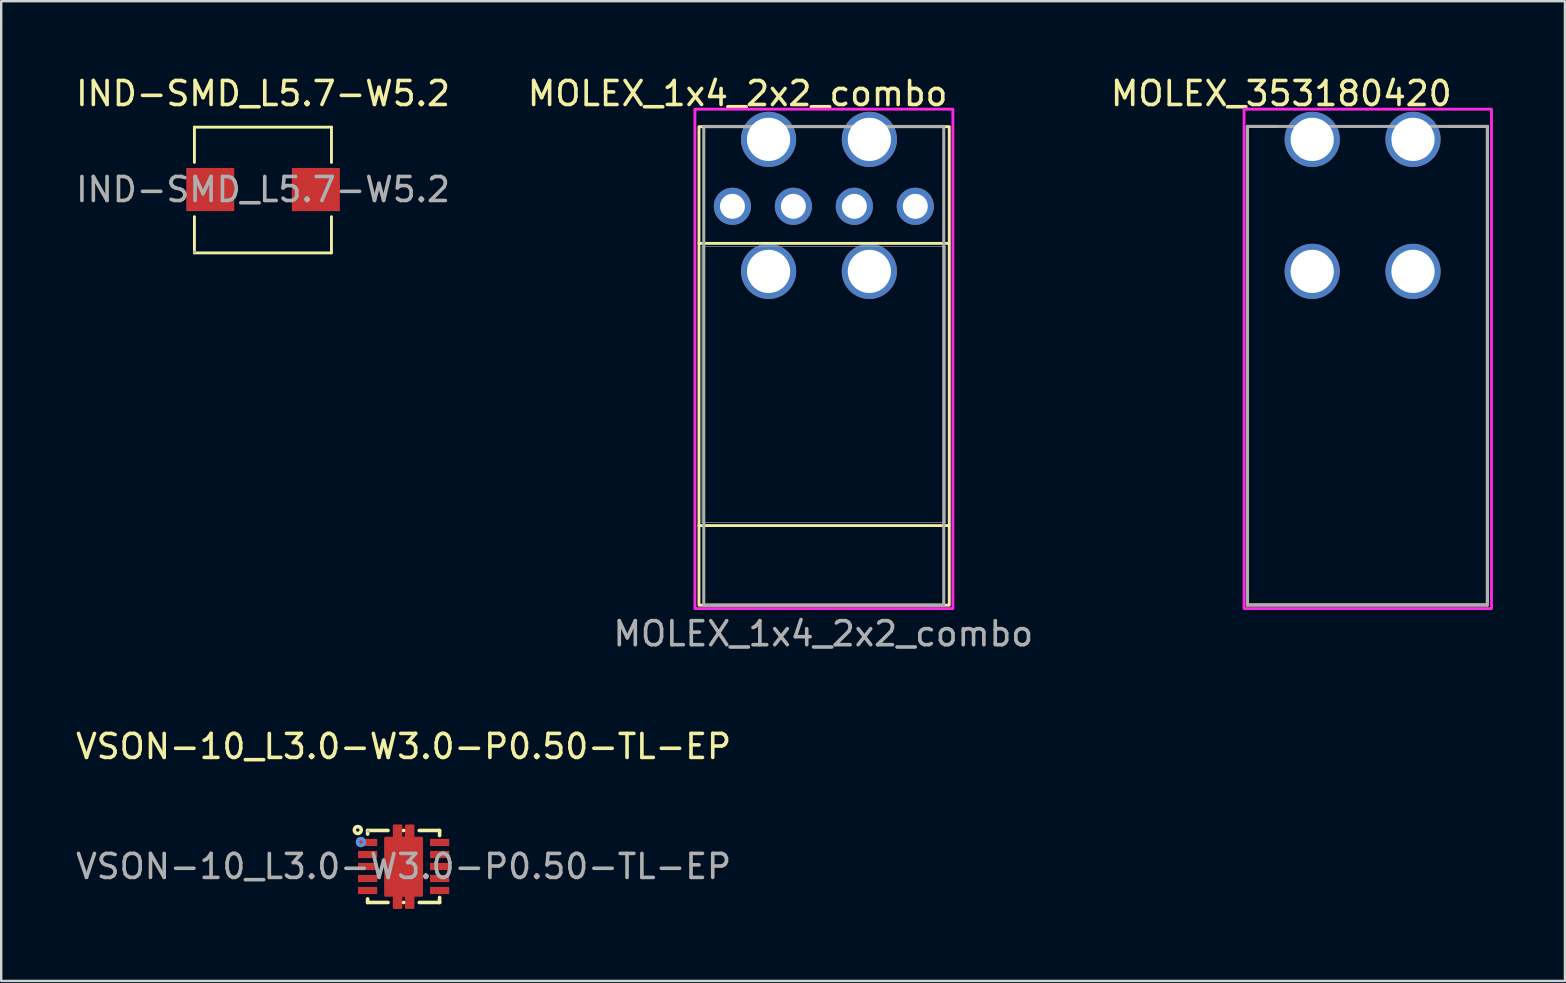
<source format=kicad_pcb>
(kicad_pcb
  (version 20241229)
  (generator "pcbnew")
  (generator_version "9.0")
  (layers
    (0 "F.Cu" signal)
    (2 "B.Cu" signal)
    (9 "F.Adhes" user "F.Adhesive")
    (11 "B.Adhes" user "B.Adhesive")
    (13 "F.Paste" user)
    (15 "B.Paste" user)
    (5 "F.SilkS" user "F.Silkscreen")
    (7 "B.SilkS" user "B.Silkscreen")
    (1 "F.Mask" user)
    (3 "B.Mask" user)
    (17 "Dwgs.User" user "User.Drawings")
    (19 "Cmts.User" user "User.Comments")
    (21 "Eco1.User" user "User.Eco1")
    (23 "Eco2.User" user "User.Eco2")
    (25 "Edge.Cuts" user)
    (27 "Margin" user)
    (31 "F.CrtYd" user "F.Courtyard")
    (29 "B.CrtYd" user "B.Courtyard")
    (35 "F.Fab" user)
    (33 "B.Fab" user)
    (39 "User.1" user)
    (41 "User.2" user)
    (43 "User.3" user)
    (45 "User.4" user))
  (footprint "MOLEX_1x4_2x2_combo"
    (layer "F.Cu")
    (at 33.175 8.258)
    (property "Reference" "MOLEX_1x4_2x2_combo" (at -5.49 -7.41 0) (layer "F.SilkS") (effects (font (size 1 1) (thickness 0.15))))
    (attr through_hole)
    (fp_line (start -7.103 10.592) (end 3.311 10.592) (stroke (width 0.12) (type solid)) (layer "F.SilkS"))
    (fp_line (start 3.311 -1.168) (end -7.103 -1.168) (stroke (width 0.12) (type solid)) (layer "F.SilkS"))
    (fp_rect (start -7.1 -6.03) (end 3.33 13.91) (stroke (width 0.12) (type default)) (fill no) (layer "F.SilkS"))
    (fp_rect (start -7.27 -6.76) (end 3.48 14.05) (stroke (width 0.12) (type default)) (fill no) (layer "F.CrtYd"))
    (fp_line (start -6.976 -1.041) (end -6.976 10.465) (stroke (width 0.025) (type solid)) (layer "F.Fab"))
    (fp_line (start -6.976 10.465) (end 3.184 10.465) (stroke (width 0.025) (type solid)) (layer "F.Fab"))
    (fp_line (start -6.9 -6.04) (end 3.1 -6.04) (stroke (width 0.127) (type solid)) (layer "F.Fab"))
    (fp_line (start -6.9 13.9) (end -6.9 -6.04) (stroke (width 0.127) (type solid)) (layer "F.Fab"))
    (fp_line (start 3.1 -6.04) (end 3.1 13.9) (stroke (width 0.127) (type solid)) (layer "F.Fab"))
    (fp_line (start 3.1 13.9) (end -6.9 13.9) (stroke (width 0.127) (type solid)) (layer "F.Fab"))
    (fp_line (start 3.184 -1.041) (end -6.976 -1.041) (stroke (width 0.025) (type solid)) (layer "F.Fab"))
    (fp_line (start 3.184 10.465) (end 3.184 -1.041) (stroke (width 0.025) (type solid)) (layer "F.Fab"))
    (fp_text user "${REFERENCE}" (at -1.92 15.1 0) (unlocked yes) (layer "F.Fab") (effects (font (size 1 1) (thickness 0.15))))
    (pad "1" thru_hole circle (at -5.706 -2.711) (size 1.549 1.549) (drill 1.041) (layers "*.Cu" "*.Mask"))
    (pad "1" thru_hole circle (at -4.2 0) (size 2.3 2.3) (drill 1.8) (layers "*.Cu" "*.Mask"))
    (pad "2" thru_hole circle (at -4.2 -5.5) (size 2.3 2.3) (drill 1.8) (layers "*.Cu" "*.Mask"))
    (pad "2" thru_hole circle (at -3.166 -2.711) (size 1.549 1.549) (drill 1.041) (layers "*.Cu" "*.Mask"))
    (pad "3" thru_hole circle (at -0.626 -2.711) (size 1.549 1.549) (drill 1.041) (layers "*.Cu" "*.Mask"))
    (pad "3" thru_hole circle (at 0 -5.5) (size 2.3 2.3) (drill 1.8) (layers "*.Cu" "*.Mask"))
    (pad "4" thru_hole circle (at 0 0) (size 2.3 2.3) (drill 1.8) (layers "*.Cu" "*.Mask"))
    (pad "4" thru_hole circle (at 1.914 -2.711) (size 1.549 1.549) (drill 1.041) (layers "*.Cu" "*.Mask")))
  (footprint "VSON-10_L3.0-W3.0-P0.50-TL-EP"
    (layer "F.Cu")
    (at 13.768 33.055)
    (property "Reference" "VSON-10_L3.0-W3.0-P0.50-TL-EP" (at 0 -5 0) (layer "F.SilkS") (effects (font (size 1 1) (thickness 0.15))))
    (attr smd)
    (fp_line (start -1.5 -1.5) (end -1.5 -1.35) (stroke (width 0.15) (type solid)) (layer "F.SilkS"))
    (fp_line (start -1.5 -1.5) (end -0.65 -1.5) (stroke (width 0.15) (type solid)) (layer "F.SilkS"))
    (fp_line (start -1.5 1.35) (end -1.5 1.5) (stroke (width 0.15) (type solid)) (layer "F.SilkS"))
    (fp_line (start -0.65 1.5) (end -1.5 1.5) (stroke (width 0.15) (type solid)) (layer "F.SilkS"))
    (fp_line (start 0 -1.5) (end 0 -1.5) (stroke (width 0.15) (type solid)) (layer "F.SilkS"))
    (fp_line (start 0 1.5) (end 0 1.5) (stroke (width 0.15) (type solid)) (layer "F.SilkS"))
    (fp_line (start 0.65 -1.5) (end 1.5 -1.5) (stroke (width 0.15) (type solid)) (layer "F.SilkS"))
    (fp_line (start 1.5 -1.5) (end 1.5 -1.29) (stroke (width 0.15) (type solid)) (layer "F.SilkS"))
    (fp_line (start 1.5 1.29) (end 1.5 1.5) (stroke (width 0.15) (type solid)) (layer "F.SilkS"))
    (fp_line (start 1.5 1.5) (end 0.65 1.5) (stroke (width 0.15) (type solid)) (layer "F.SilkS"))
    (fp_circle (center -1.91 -1.52) (end -1.84 -1.52) (stroke (width 0.15) (type solid)) (fill no) (layer "F.SilkS"))
    (fp_circle (center -1.78 -1.02) (end -1.71 -1.02) (stroke (width 0.15) (type solid)) (fill no) (layer "Cmts.User"))
    (fp_circle (center -1.47 -1.47) (end -1.44 -1.47) (stroke (width 0.06) (type solid)) (fill no) (layer "F.Fab"))
    (fp_text user "${REFERENCE}" (at 0 0 0) (layer "F.Fab") (effects (font (size 1 1) (thickness 0.15))))
    (pad "1" smd rect (at -1.5 -1) (size 0.8 0.3) (layers "F.Cu" "F.Mask" "F.Paste"))
    (pad "2" smd rect (at -1.5 -0.5) (size 0.8 0.3) (layers "F.Cu" "F.Mask" "F.Paste"))
    (pad "3" smd rect (at -1.5 0) (size 0.8 0.3) (layers "F.Cu" "F.Mask" "F.Paste"))
    (pad "4" smd rect (at -1.5 0.5) (size 0.8 0.3) (layers "F.Cu" "F.Mask" "F.Paste"))
    (pad "5" smd rect (at -1.5 1) (size 0.8 0.3) (layers "F.Cu" "F.Mask" "F.Paste"))
    (pad "6" smd rect (at 1.5 1) (size 0.8 0.3) (layers "F.Cu" "F.Mask" "F.Paste"))
    (pad "7" smd rect (at 1.5 0.5) (size 0.8 0.3) (layers "F.Cu" "F.Mask" "F.Paste"))
    (pad "8" smd rect (at 1.5 0) (size 0.8 0.3) (layers "F.Cu" "F.Mask" "F.Paste"))
    (pad "9" smd rect (at 1.5 -0.5) (size 0.8 0.3) (layers "F.Cu" "F.Mask" "F.Paste"))
    (pad "10" smd rect (at 1.5 -1) (size 0.8 0.3) (layers "F.Cu" "F.Mask" "F.Paste"))
    (pad "11" smd custom (at 0 0.01) (size 1 1) (layers "F.Cu" "F.Mask" "F.Paste") (options (anchor circle)) (primitives (gr_poly (pts (xy -0.76 -1.2) (xy -0.4 -1.2) (xy -0.4 -1.71) (xy -0.1 -1.71) (xy -0.1 -1.2) (xy 0.1 -1.2) (xy 0.1 -1.71) (xy 0.4 -1.71) (xy 0.4 -1.2) (xy 0.76 -1.2) (xy 0.76 1.2) (xy 0.4 1.2) (xy 0.4 1.71) (xy 0.1 1.71) (xy 0.1 1.2) (xy -0.1 1.2) (xy -0.1 1.71) (xy -0.4 1.71) (xy -0.4 1.2) (xy -0.76 1.2) (xy -0.76 -0.89)) (width 0.1) (fill yes)))))
  (footprint "MOLEX_353180420"
    (layer "F.Cu")
    (at 55.828 8.258)
    (property "Reference" "MOLEX_353180420" (at -5.49 -7.41 0) (layer "F.SilkS") (effects (font (size 1 1) (thickness 0.15))))
    (attr through_hole)
    (fp_line (start -6.9 -6.04) (end -5.676 -6.04) (stroke (width 0.127) (type solid)) (layer "F.SilkS"))
    (fp_line (start -6.9 13.9) (end -6.9 -6.04) (stroke (width 0.127) (type solid)) (layer "F.SilkS"))
    (fp_line (start 3.1 -6.04) (end 1.476 -6.04) (stroke (width 0.127) (type solid)) (layer "F.SilkS"))
    (fp_line (start 3.1 -6.04) (end 3.1 13.9) (stroke (width 0.127) (type solid)) (layer "F.SilkS"))
    (fp_line (start 3.1 13.9) (end -6.9 13.9) (stroke (width 0.127) (type solid)) (layer "F.SilkS"))
    (fp_rect (start -7.04 -6.76) (end 3.27 14.05) (stroke (width 0.12) (type default)) (fill no) (layer "F.CrtYd"))
    (fp_line (start -6.9 -6.04) (end 3.1 -6.04) (stroke (width 0.127) (type solid)) (layer "F.Fab"))
    (fp_line (start -6.9 13.9) (end -6.9 -6.04) (stroke (width 0.127) (type solid)) (layer "F.Fab"))
    (fp_line (start 3.1 -6.04) (end 3.1 13.9) (stroke (width 0.127) (type solid)) (layer "F.Fab"))
    (fp_line (start 3.1 13.9) (end -6.9 13.9) (stroke (width 0.127) (type solid)) (layer "F.Fab"))
    (pad "1" thru_hole circle (at -4.2 0) (size 2.3 2.3) (drill 1.8) (layers "*.Cu" "*.Mask"))
    (pad "2" thru_hole circle (at -4.2 -5.5) (size 2.3 2.3) (drill 1.8) (layers "*.Cu" "*.Mask"))
    (pad "3" thru_hole circle (at 0 -5.5) (size 2.3 2.3) (drill 1.8) (layers "*.Cu" "*.Mask"))
    (pad "4" thru_hole circle (at 0 0) (size 2.3 2.3) (drill 1.8) (layers "*.Cu" "*.Mask")))
  (footprint "IND-SMD_L5.7-W5.2"
    (layer "F.Cu")
    (at 7.911 4.848)
    (property "Reference" "IND-SMD_L5.7-W5.2" (at 0 -4 0) (layer "F.SilkS") (effects (font (size 1 1) (thickness 0.15))))
    (attr smd)
    (fp_line (start -2.86 -1.13) (end -2.86 -2.6) (stroke (width 0.12) (type solid)) (layer "F.SilkS"))
    (fp_line (start -2.86 2.64) (end -2.86 1.13) (stroke (width 0.12) (type solid)) (layer "F.SilkS"))
    (fp_line (start -2.85 -2.6) (end 2.85 -2.6) (stroke (width 0.12) (type solid)) (layer "F.SilkS"))
    (fp_line (start 2.84 2.64) (end -2.86 2.64) (stroke (width 0.12) (type solid)) (layer "F.SilkS"))
    (fp_line (start 2.85 -2.6) (end 2.85 -1.13) (stroke (width 0.12) (type solid)) (layer "F.SilkS"))
    (fp_line (start 2.85 1.13) (end 2.85 2.64) (stroke (width 0.12) (type solid)) (layer "F.SilkS"))
    (fp_circle (center -2.85 2.6) (end -2.82 2.6) (stroke (width 0.06) (type solid)) (fill no) (layer "F.Fab"))
    (fp_text user "${REFERENCE}" (at 0 0 0) (layer "F.Fab") (effects (font (size 1 1) (thickness 0.15))))
    (pad "1" smd rect (at -2.2 0 270) (size 1.8 2) (layers "F.Cu" "F.Mask" "F.Paste"))
    (pad "2" smd rect (at 2.2 0 270) (size 1.8 2) (layers "F.Cu" "F.Mask" "F.Paste")))
  (gr_rect
    (start -3 -3)
    (end 62.158 37.825)
    (stroke (width 0.1) (type default))
    (fill no)
    (layer "Edge.Cuts")))
</source>
